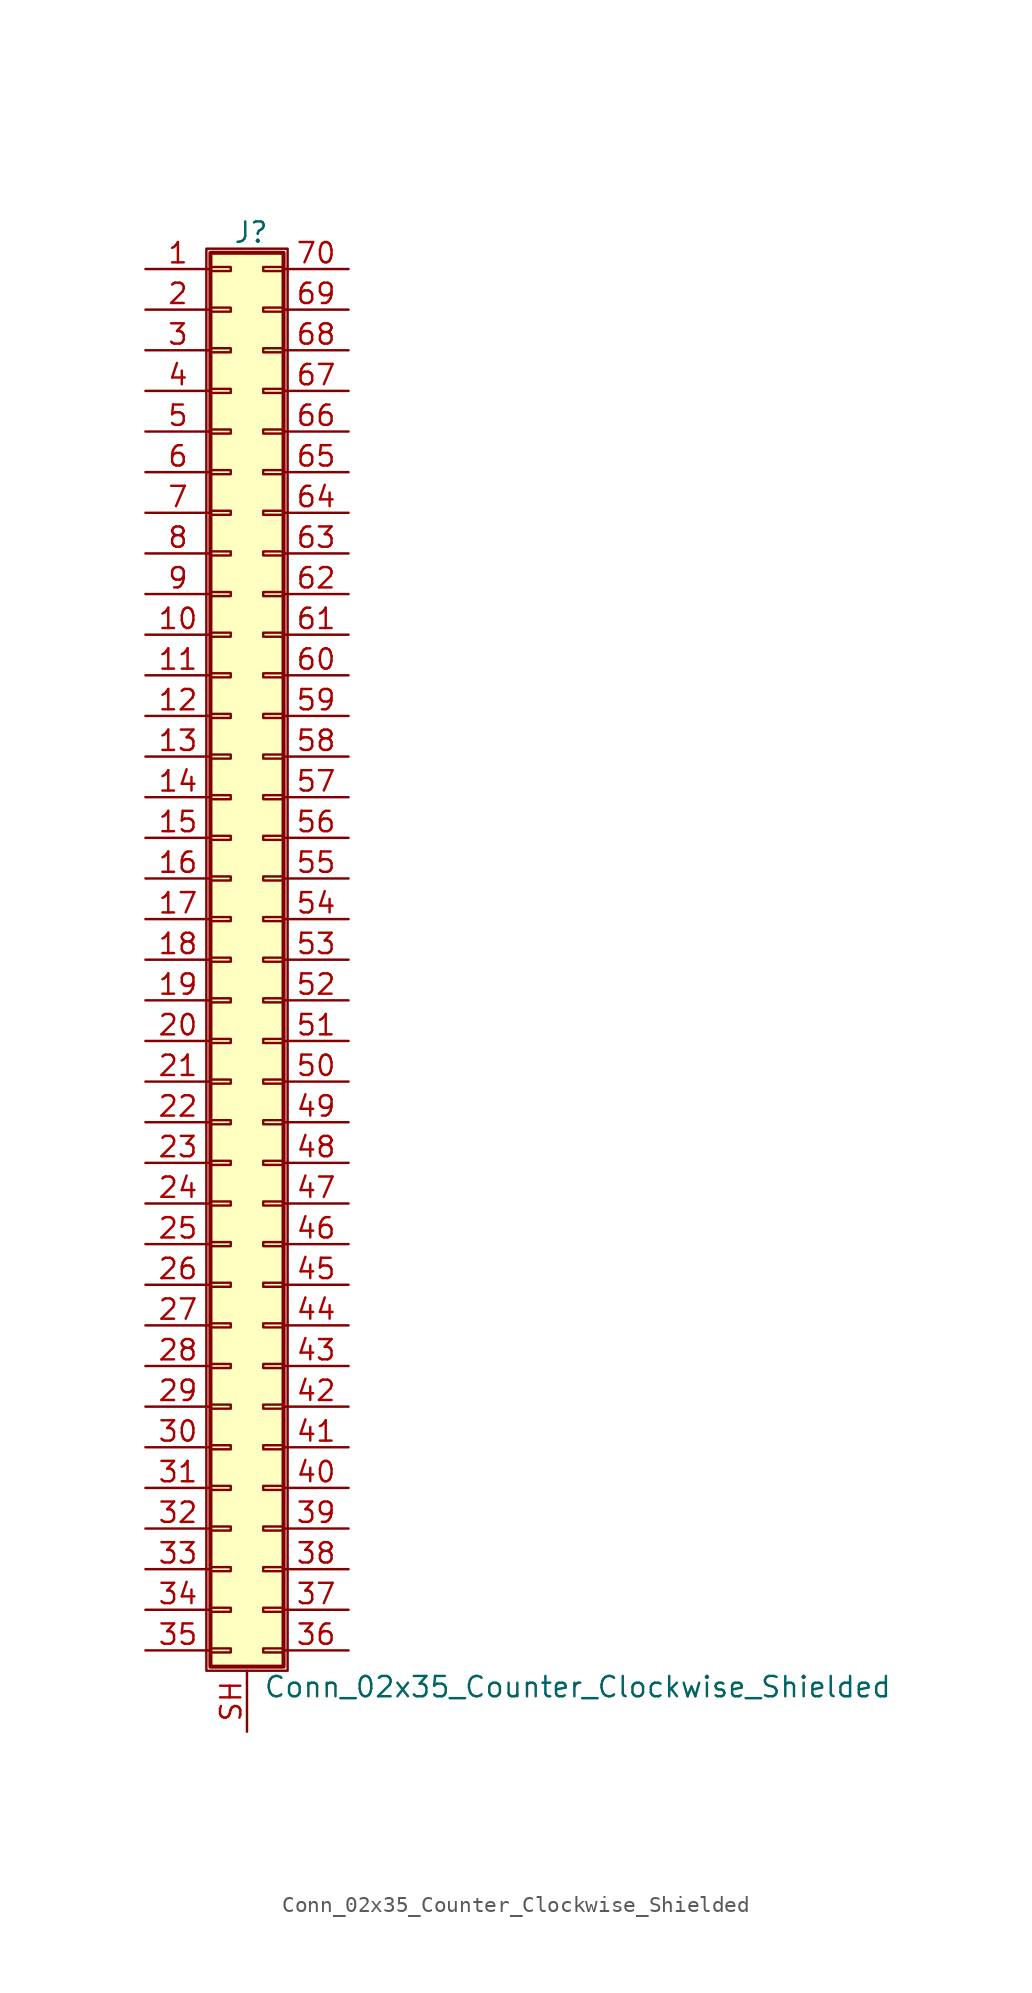
<source format=kicad_sym>
(kicad_symbol_lib
  (version 20201005)
  (generator kicad_symbol_editor)
  (symbol "Connector_Generic_Shielded:Conn_02x35_Counter_Clockwise_Shielded"
    (pin_names
      (offset 1.016) hide)
    (property "Reference" "J"
      (at 1.524 45.466 0)
      (effects (font (size 1.27 1.27))))
    (property "Value" "Conn_02x35_Counter_Clockwise_Shielded"
      (at 2.286 -45.466 0)
      (effects (font (size 1.27 1.27)) (justify left)))
    (symbol "Conn_02x35_Counter_Clockwise_Shielded_1_1"
      (rectangle (start -1.016 -27.813) (end 0.254 -28.067) (stroke (width 0.152)) (fill (type none)))
      (rectangle (start -1.016 -30.353) (end 0.254 -30.607) (stroke (width 0.152)) (fill (type none)))
      (rectangle (start -1.016 -32.893) (end 0.254 -33.147) (stroke (width 0.152)) (fill (type none)))
      (rectangle (start -1.016 -35.433) (end 0.254 -35.687) (stroke (width 0.152)) (fill (type none)))
      (rectangle (start -1.016 -37.973) (end 0.254 -38.227) (stroke (width 0.152)) (fill (type none)))
      (rectangle (start -1.016 -40.513) (end 0.254 -40.767) (stroke (width 0.152)) (fill (type none)))
      (rectangle (start -1.016 -43.053) (end 0.254 -43.307) (stroke (width 0.152)) (fill (type none)))
      (rectangle (start -1.016 -4.953) (end 0.254 -5.207) (stroke (width 0.152)) (fill (type none)))
      (rectangle (start -1.016 -7.493) (end 0.254 -7.747) (stroke (width 0.152)) (fill (type none)))
      (rectangle (start -1.016 -10.033) (end 0.254 -10.287) (stroke (width 0.152)) (fill (type none)))
      (rectangle (start -1.016 -12.573) (end 0.254 -12.827) (stroke (width 0.152)) (fill (type none)))
      (rectangle (start -1.016 -15.113) (end 0.254 -15.367) (stroke (width 0.152)) (fill (type none)))
      (rectangle (start -1.016 -17.653) (end 0.254 -17.907) (stroke (width 0.152)) (fill (type none)))
      (rectangle (start -1.016 -20.193) (end 0.254 -20.447) (stroke (width 0.152)) (fill (type none)))
      (rectangle (start -1.016 -22.733) (end 0.254 -22.987) (stroke (width 0.152)) (fill (type none)))
      (rectangle (start -1.016 -2.413) (end 0.254 -2.667) (stroke (width 0.152)) (fill (type none)))
      (rectangle (start -1.016 -25.273) (end 0.254 -25.527) (stroke (width 0.152)) (fill (type none)))
      (rectangle (start -1.016 25.527) (end 0.254 25.273) (stroke (width 0.152)) (fill (type none)))
      (rectangle (start -1.016 2.667) (end 0.254 2.413) (stroke (width 0.152)) (fill (type none)))
      (rectangle (start -1.016 28.067) (end 0.254 27.813) (stroke (width 0.152)) (fill (type none)))
      (rectangle (start -1.016 30.607) (end 0.254 30.353) (stroke (width 0.152)) (fill (type none)))
      (rectangle (start -1.016 33.147) (end 0.254 32.893) (stroke (width 0.152)) (fill (type none)))
      (rectangle (start -1.016 35.687) (end 0.254 35.433) (stroke (width 0.152)) (fill (type none)))
      (rectangle (start -1.016 38.227) (end 0.254 37.973) (stroke (width 0.152)) (fill (type none)))
      (rectangle (start -1.016 40.767) (end 0.254 40.513) (stroke (width 0.152)) (fill (type none)))
      (rectangle (start -1.016 43.307) (end 0.254 43.053) (stroke (width 0.152)) (fill (type none)))
      (rectangle (start -1.016 44.196) (end 3.556 -44.196) (stroke (width 0.254)) (fill (type background)))
      (rectangle (start -1.016 5.207) (end 0.254 4.953) (stroke (width 0.152)) (fill (type none)))
      (rectangle (start -1.016 7.747) (end 0.254 7.493) (stroke (width 0.152)) (fill (type none)))
      (rectangle (start -1.016 10.287) (end 0.254 10.033) (stroke (width 0.152)) (fill (type none)))
      (rectangle (start -1.016 0.127) (end 0.254 -0.127) (stroke (width 0.152)) (fill (type none)))
      (rectangle (start -1.016 12.827) (end 0.254 12.573) (stroke (width 0.152)) (fill (type none)))
      (rectangle (start -1.016 15.367) (end 0.254 15.113) (stroke (width 0.152)) (fill (type none)))
      (rectangle (start -1.016 17.907) (end 0.254 17.653) (stroke (width 0.152)) (fill (type none)))
      (rectangle (start -1.016 20.447) (end 0.254 20.193) (stroke (width 0.152)) (fill (type none)))
      (rectangle (start -1.016 22.987) (end 0.254 22.733) (stroke (width 0.152)) (fill (type none)))
      (rectangle (start -1.27 44.45) (end 3.81 -44.45) (stroke (width 0.152)) (fill (type none)))
      (rectangle (start 3.556 -27.813) (end 2.286 -28.067) (stroke (width 0.152)) (fill (type none)))
      (rectangle (start 3.556 -30.353) (end 2.286 -30.607) (stroke (width 0.152)) (fill (type none)))
      (rectangle (start 3.556 -32.893) (end 2.286 -33.147) (stroke (width 0.152)) (fill (type none)))
      (rectangle (start 3.556 -35.433) (end 2.286 -35.687) (stroke (width 0.152)) (fill (type none)))
      (rectangle (start 3.556 -37.973) (end 2.286 -38.227) (stroke (width 0.152)) (fill (type none)))
      (rectangle (start 3.556 -40.513) (end 2.286 -40.767) (stroke (width 0.152)) (fill (type none)))
      (rectangle (start 3.556 -43.053) (end 2.286 -43.307) (stroke (width 0.152)) (fill (type none)))
      (rectangle (start 3.556 -4.953) (end 2.286 -5.207) (stroke (width 0.152)) (fill (type none)))
      (rectangle (start 3.556 -7.493) (end 2.286 -7.747) (stroke (width 0.152)) (fill (type none)))
      (rectangle (start 3.556 -10.033) (end 2.286 -10.287) (stroke (width 0.152)) (fill (type none)))
      (rectangle (start 3.556 -12.573) (end 2.286 -12.827) (stroke (width 0.152)) (fill (type none)))
      (rectangle (start 3.556 -15.113) (end 2.286 -15.367) (stroke (width 0.152)) (fill (type none)))
      (rectangle (start 3.556 -17.653) (end 2.286 -17.907) (stroke (width 0.152)) (fill (type none)))
      (rectangle (start 3.556 -20.193) (end 2.286 -20.447) (stroke (width 0.152)) (fill (type none)))
      (rectangle (start 3.556 -22.733) (end 2.286 -22.987) (stroke (width 0.152)) (fill (type none)))
      (rectangle (start 3.556 -2.413) (end 2.286 -2.667) (stroke (width 0.152)) (fill (type none)))
      (rectangle (start 3.556 -25.273) (end 2.286 -25.527) (stroke (width 0.152)) (fill (type none)))
      (rectangle (start 3.556 25.527) (end 2.286 25.273) (stroke (width 0.152)) (fill (type none)))
      (rectangle (start 3.556 2.667) (end 2.286 2.413) (stroke (width 0.152)) (fill (type none)))
      (rectangle (start 3.556 28.067) (end 2.286 27.813) (stroke (width 0.152)) (fill (type none)))
      (rectangle (start 3.556 30.607) (end 2.286 30.353) (stroke (width 0.152)) (fill (type none)))
      (rectangle (start 3.556 33.147) (end 2.286 32.893) (stroke (width 0.152)) (fill (type none)))
      (rectangle (start 3.556 35.687) (end 2.286 35.433) (stroke (width 0.152)) (fill (type none)))
      (rectangle (start 3.556 38.227) (end 2.286 37.973) (stroke (width 0.152)) (fill (type none)))
      (rectangle (start 3.556 40.767) (end 2.286 40.513) (stroke (width 0.152)) (fill (type none)))
      (rectangle (start 3.556 43.307) (end 2.286 43.053) (stroke (width 0.152)) (fill (type none)))
      (rectangle (start 3.556 5.207) (end 2.286 4.953) (stroke (width 0.152)) (fill (type none)))
      (rectangle (start 3.556 7.747) (end 2.286 7.493) (stroke (width 0.152)) (fill (type none)))
      (rectangle (start 3.556 10.287) (end 2.286 10.033) (stroke (width 0.152)) (fill (type none)))
      (rectangle (start 3.556 0.127) (end 2.286 -0.127) (stroke (width 0.152)) (fill (type none)))
      (rectangle (start 3.556 12.827) (end 2.286 12.573) (stroke (width 0.152)) (fill (type none)))
      (rectangle (start 3.556 15.367) (end 2.286 15.113) (stroke (width 0.152)) (fill (type none)))
      (rectangle (start 3.556 17.907) (end 2.286 17.653) (stroke (width 0.152)) (fill (type none)))
      (rectangle (start 3.556 20.447) (end 2.286 20.193) (stroke (width 0.152)) (fill (type none)))
      (rectangle (start 3.556 22.987) (end 2.286 22.733) (stroke (width 0.152)) (fill (type none)))
      (pin passive line (at -5.08 43.18 0) (length 4.064) (name "Pin_1" (effects (font (size 1.27 1.27)))) (number "1" (effects (font (size 1.27 1.27)))))
      (pin passive line (at -5.08 20.32 0) (length 4.064) (name "Pin_10" (effects (font (size 1.27 1.27)))) (number "10" (effects (font (size 1.27 1.27)))))
      (pin passive line (at -5.08 17.78 0) (length 4.064) (name "Pin_11" (effects (font (size 1.27 1.27)))) (number "11" (effects (font (size 1.27 1.27)))))
      (pin passive line (at -5.08 15.24 0) (length 4.064) (name "Pin_12" (effects (font (size 1.27 1.27)))) (number "12" (effects (font (size 1.27 1.27)))))
      (pin passive line (at -5.08 12.7 0) (length 4.064) (name "Pin_13" (effects (font (size 1.27 1.27)))) (number "13" (effects (font (size 1.27 1.27)))))
      (pin passive line (at -5.08 10.16 0) (length 4.064) (name "Pin_14" (effects (font (size 1.27 1.27)))) (number "14" (effects (font (size 1.27 1.27)))))
      (pin passive line (at -5.08 7.62 0) (length 4.064) (name "Pin_15" (effects (font (size 1.27 1.27)))) (number "15" (effects (font (size 1.27 1.27)))))
      (pin passive line (at -5.08 5.08 0) (length 4.064) (name "Pin_16" (effects (font (size 1.27 1.27)))) (number "16" (effects (font (size 1.27 1.27)))))
      (pin passive line (at -5.08 2.54 0) (length 4.064) (name "Pin_17" (effects (font (size 1.27 1.27)))) (number "17" (effects (font (size 1.27 1.27)))))
      (pin passive line (at -5.08 0 0) (length 4.064) (name "Pin_18" (effects (font (size 1.27 1.27)))) (number "18" (effects (font (size 1.27 1.27)))))
      (pin passive line (at -5.08 -2.54 0) (length 4.064) (name "Pin_19" (effects (font (size 1.27 1.27)))) (number "19" (effects (font (size 1.27 1.27)))))
      (pin passive line (at -5.08 40.64 0) (length 4.064) (name "Pin_2" (effects (font (size 1.27 1.27)))) (number "2" (effects (font (size 1.27 1.27)))))
      (pin passive line (at -5.08 -5.08 0) (length 4.064) (name "Pin_20" (effects (font (size 1.27 1.27)))) (number "20" (effects (font (size 1.27 1.27)))))
      (pin passive line (at -5.08 -7.62 0) (length 4.064) (name "Pin_21" (effects (font (size 1.27 1.27)))) (number "21" (effects (font (size 1.27 1.27)))))
      (pin passive line (at -5.08 -10.16 0) (length 4.064) (name "Pin_22" (effects (font (size 1.27 1.27)))) (number "22" (effects (font (size 1.27 1.27)))))
      (pin passive line (at -5.08 -12.7 0) (length 4.064) (name "Pin_23" (effects (font (size 1.27 1.27)))) (number "23" (effects (font (size 1.27 1.27)))))
      (pin passive line (at -5.08 -15.24 0) (length 4.064) (name "Pin_24" (effects (font (size 1.27 1.27)))) (number "24" (effects (font (size 1.27 1.27)))))
      (pin passive line (at -5.08 -17.78 0) (length 4.064) (name "Pin_25" (effects (font (size 1.27 1.27)))) (number "25" (effects (font (size 1.27 1.27)))))
      (pin passive line (at -5.08 -20.32 0) (length 4.064) (name "Pin_26" (effects (font (size 1.27 1.27)))) (number "26" (effects (font (size 1.27 1.27)))))
      (pin passive line (at -5.08 -22.86 0) (length 4.064) (name "Pin_27" (effects (font (size 1.27 1.27)))) (number "27" (effects (font (size 1.27 1.27)))))
      (pin passive line (at -5.08 -25.4 0) (length 4.064) (name "Pin_28" (effects (font (size 1.27 1.27)))) (number "28" (effects (font (size 1.27 1.27)))))
      (pin passive line (at -5.08 -27.94 0) (length 4.064) (name "Pin_29" (effects (font (size 1.27 1.27)))) (number "29" (effects (font (size 1.27 1.27)))))
      (pin passive line (at -5.08 38.1 0) (length 4.064) (name "Pin_3" (effects (font (size 1.27 1.27)))) (number "3" (effects (font (size 1.27 1.27)))))
      (pin passive line (at -5.08 -30.48 0) (length 4.064) (name "Pin_30" (effects (font (size 1.27 1.27)))) (number "30" (effects (font (size 1.27 1.27)))))
      (pin passive line (at -5.08 -33.02 0) (length 4.064) (name "Pin_31" (effects (font (size 1.27 1.27)))) (number "31" (effects (font (size 1.27 1.27)))))
      (pin passive line (at -5.08 -35.56 0) (length 4.064) (name "Pin_32" (effects (font (size 1.27 1.27)))) (number "32" (effects (font (size 1.27 1.27)))))
      (pin passive line (at -5.08 -38.1 0) (length 4.064) (name "Pin_33" (effects (font (size 1.27 1.27)))) (number "33" (effects (font (size 1.27 1.27)))))
      (pin passive line (at -5.08 -40.64 0) (length 4.064) (name "Pin_34" (effects (font (size 1.27 1.27)))) (number "34" (effects (font (size 1.27 1.27)))))
      (pin passive line (at -5.08 -43.18 0) (length 4.064) (name "Pin_35" (effects (font (size 1.27 1.27)))) (number "35" (effects (font (size 1.27 1.27)))))
      (pin passive line (at 7.62 -43.18 180) (length 4.064) (name "Pin_36" (effects (font (size 1.27 1.27)))) (number "36" (effects (font (size 1.27 1.27)))))
      (pin passive line (at 7.62 -40.64 180) (length 4.064) (name "Pin_37" (effects (font (size 1.27 1.27)))) (number "37" (effects (font (size 1.27 1.27)))))
      (pin passive line (at 7.62 -38.1 180) (length 4.064) (name "Pin_38" (effects (font (size 1.27 1.27)))) (number "38" (effects (font (size 1.27 1.27)))))
      (pin passive line (at 7.62 -35.56 180) (length 4.064) (name "Pin_39" (effects (font (size 1.27 1.27)))) (number "39" (effects (font (size 1.27 1.27)))))
      (pin passive line (at -5.08 35.56 0) (length 4.064) (name "Pin_4" (effects (font (size 1.27 1.27)))) (number "4" (effects (font (size 1.27 1.27)))))
      (pin passive line (at 7.62 -33.02 180) (length 4.064) (name "Pin_40" (effects (font (size 1.27 1.27)))) (number "40" (effects (font (size 1.27 1.27)))))
      (pin passive line (at 7.62 -30.48 180) (length 4.064) (name "Pin_41" (effects (font (size 1.27 1.27)))) (number "41" (effects (font (size 1.27 1.27)))))
      (pin passive line (at 7.62 -27.94 180) (length 4.064) (name "Pin_42" (effects (font (size 1.27 1.27)))) (number "42" (effects (font (size 1.27 1.27)))))
      (pin passive line (at 7.62 -25.4 180) (length 4.064) (name "Pin_43" (effects (font (size 1.27 1.27)))) (number "43" (effects (font (size 1.27 1.27)))))
      (pin passive line (at 7.62 -22.86 180) (length 4.064) (name "Pin_44" (effects (font (size 1.27 1.27)))) (number "44" (effects (font (size 1.27 1.27)))))
      (pin passive line (at 7.62 -20.32 180) (length 4.064) (name "Pin_45" (effects (font (size 1.27 1.27)))) (number "45" (effects (font (size 1.27 1.27)))))
      (pin passive line (at 7.62 -17.78 180) (length 4.064) (name "Pin_46" (effects (font (size 1.27 1.27)))) (number "46" (effects (font (size 1.27 1.27)))))
      (pin passive line (at 7.62 -15.24 180) (length 4.064) (name "Pin_47" (effects (font (size 1.27 1.27)))) (number "47" (effects (font (size 1.27 1.27)))))
      (pin passive line (at 7.62 -12.7 180) (length 4.064) (name "Pin_48" (effects (font (size 1.27 1.27)))) (number "48" (effects (font (size 1.27 1.27)))))
      (pin passive line (at 7.62 -10.16 180) (length 4.064) (name "Pin_49" (effects (font (size 1.27 1.27)))) (number "49" (effects (font (size 1.27 1.27)))))
      (pin passive line (at -5.08 33.02 0) (length 4.064) (name "Pin_5" (effects (font (size 1.27 1.27)))) (number "5" (effects (font (size 1.27 1.27)))))
      (pin passive line (at 7.62 -7.62 180) (length 4.064) (name "Pin_50" (effects (font (size 1.27 1.27)))) (number "50" (effects (font (size 1.27 1.27)))))
      (pin passive line (at 7.62 -5.08 180) (length 4.064) (name "Pin_51" (effects (font (size 1.27 1.27)))) (number "51" (effects (font (size 1.27 1.27)))))
      (pin passive line (at 7.62 -2.54 180) (length 4.064) (name "Pin_52" (effects (font (size 1.27 1.27)))) (number "52" (effects (font (size 1.27 1.27)))))
      (pin passive line (at 7.62 0 180) (length 4.064) (name "Pin_53" (effects (font (size 1.27 1.27)))) (number "53" (effects (font (size 1.27 1.27)))))
      (pin passive line (at 7.62 2.54 180) (length 4.064) (name "Pin_54" (effects (font (size 1.27 1.27)))) (number "54" (effects (font (size 1.27 1.27)))))
      (pin passive line (at 7.62 5.08 180) (length 4.064) (name "Pin_55" (effects (font (size 1.27 1.27)))) (number "55" (effects (font (size 1.27 1.27)))))
      (pin passive line (at 7.62 7.62 180) (length 4.064) (name "Pin_56" (effects (font (size 1.27 1.27)))) (number "56" (effects (font (size 1.27 1.27)))))
      (pin passive line (at 7.62 10.16 180) (length 4.064) (name "Pin_57" (effects (font (size 1.27 1.27)))) (number "57" (effects (font (size 1.27 1.27)))))
      (pin passive line (at 7.62 12.7 180) (length 4.064) (name "Pin_58" (effects (font (size 1.27 1.27)))) (number "58" (effects (font (size 1.27 1.27)))))
      (pin passive line (at 7.62 15.24 180) (length 4.064) (name "Pin_59" (effects (font (size 1.27 1.27)))) (number "59" (effects (font (size 1.27 1.27)))))
      (pin passive line (at -5.08 30.48 0) (length 4.064) (name "Pin_6" (effects (font (size 1.27 1.27)))) (number "6" (effects (font (size 1.27 1.27)))))
      (pin passive line (at 7.62 17.78 180) (length 4.064) (name "Pin_60" (effects (font (size 1.27 1.27)))) (number "60" (effects (font (size 1.27 1.27)))))
      (pin passive line (at 7.62 20.32 180) (length 4.064) (name "Pin_61" (effects (font (size 1.27 1.27)))) (number "61" (effects (font (size 1.27 1.27)))))
      (pin passive line (at 7.62 22.86 180) (length 4.064) (name "Pin_62" (effects (font (size 1.27 1.27)))) (number "62" (effects (font (size 1.27 1.27)))))
      (pin passive line (at 7.62 25.4 180) (length 4.064) (name "Pin_63" (effects (font (size 1.27 1.27)))) (number "63" (effects (font (size 1.27 1.27)))))
      (pin passive line (at 7.62 27.94 180) (length 4.064) (name "Pin_64" (effects (font (size 1.27 1.27)))) (number "64" (effects (font (size 1.27 1.27)))))
      (pin passive line (at 7.62 30.48 180) (length 4.064) (name "Pin_65" (effects (font (size 1.27 1.27)))) (number "65" (effects (font (size 1.27 1.27)))))
      (pin passive line (at 7.62 33.02 180) (length 4.064) (name "Pin_66" (effects (font (size 1.27 1.27)))) (number "66" (effects (font (size 1.27 1.27)))))
      (pin passive line (at 7.62 35.56 180) (length 4.064) (name "Pin_67" (effects (font (size 1.27 1.27)))) (number "67" (effects (font (size 1.27 1.27)))))
      (pin passive line (at 7.62 38.1 180) (length 4.064) (name "Pin_68" (effects (font (size 1.27 1.27)))) (number "68" (effects (font (size 1.27 1.27)))))
      (pin passive line (at 7.62 40.64 180) (length 4.064) (name "Pin_69" (effects (font (size 1.27 1.27)))) (number "69" (effects (font (size 1.27 1.27)))))
      (pin passive line (at -5.08 27.94 0) (length 4.064) (name "Pin_7" (effects (font (size 1.27 1.27)))) (number "7" (effects (font (size 1.27 1.27)))))
      (pin passive line (at 7.62 43.18 180) (length 4.064) (name "Pin_70" (effects (font (size 1.27 1.27)))) (number "70" (effects (font (size 1.27 1.27)))))
      (pin passive line (at -5.08 25.4 0) (length 4.064) (name "Pin_8" (effects (font (size 1.27 1.27)))) (number "8" (effects (font (size 1.27 1.27)))))
      (pin passive line (at -5.08 22.86 0) (length 4.064) (name "Pin_9" (effects (font (size 1.27 1.27)))) (number "9" (effects (font (size 1.27 1.27)))))
      (pin passive line (at 1.27 -48.26 90) (length 3.81) (name "Shield" (effects (font (size 1.27 1.27)))) (number "SH" (effects (font (size 1.27 1.27))))))))
</source>
